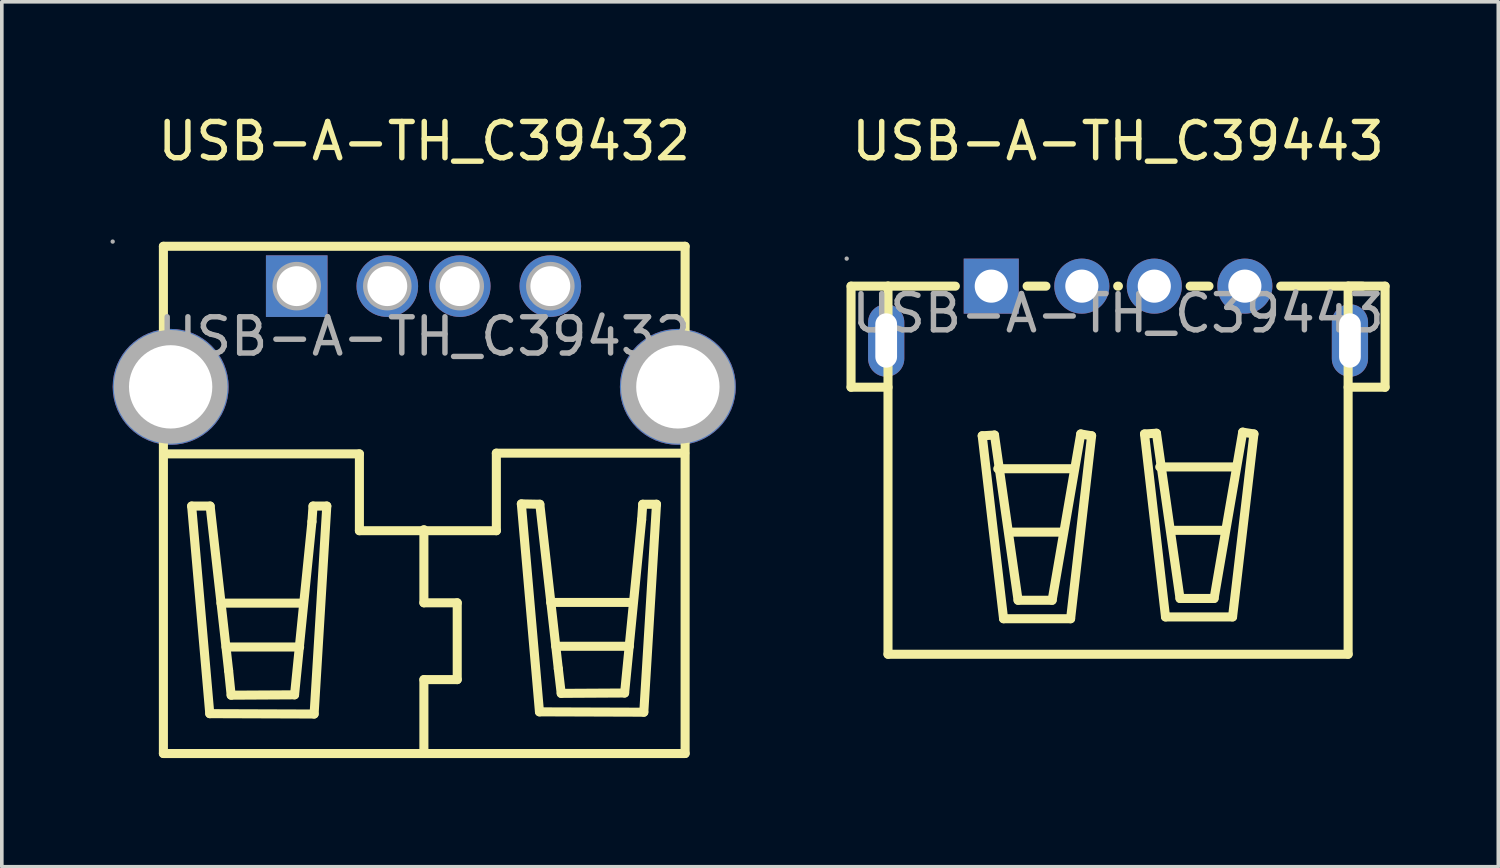
<source format=kicad_pcb>
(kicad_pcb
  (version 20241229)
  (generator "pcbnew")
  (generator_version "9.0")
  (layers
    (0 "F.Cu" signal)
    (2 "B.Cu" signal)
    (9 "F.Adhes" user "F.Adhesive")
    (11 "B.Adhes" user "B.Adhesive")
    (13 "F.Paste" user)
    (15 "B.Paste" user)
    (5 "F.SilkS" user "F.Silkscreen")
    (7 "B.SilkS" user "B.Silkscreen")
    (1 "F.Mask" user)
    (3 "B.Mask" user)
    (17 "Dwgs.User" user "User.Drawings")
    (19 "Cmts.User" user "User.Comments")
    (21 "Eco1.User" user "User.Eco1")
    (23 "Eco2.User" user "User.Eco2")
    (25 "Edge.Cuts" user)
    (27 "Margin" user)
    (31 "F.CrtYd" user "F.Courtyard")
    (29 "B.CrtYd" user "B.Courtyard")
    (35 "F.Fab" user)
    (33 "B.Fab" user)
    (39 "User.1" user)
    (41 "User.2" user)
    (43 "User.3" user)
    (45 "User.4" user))
  (footprint "USB-A-TH_C39443"
    (layer "F.Cu")
    (at 27.81 5.598)
    (property "Reference" "USB-A-TH_C39443" (at 0 -4.75 0) (layer "F.SilkS") (effects (font (size 1 1) (thickness 0.15))))
    (attr through_hole)
    (fp_line (start -7.37 -0.75) (end -7.37 2.04) (stroke (width 0.25) (type solid)) (layer "F.SilkS"))
    (fp_line (start -7.37 -0.75) (end -6.35 -0.75) (stroke (width 0.25) (type solid)) (layer "F.SilkS"))
    (fp_line (start -7.37 2.04) (end -6.35 2.04) (stroke (width 0.25) (type solid)) (layer "F.SilkS"))
    (fp_line (start -6.35 -0.75) (end -6.35 9.41) (stroke (width 0.25) (type solid)) (layer "F.SilkS"))
    (fp_line (start -6.35 -0.75) (end -4.49 -0.75) (stroke (width 0.25) (type solid)) (layer "F.SilkS"))
    (fp_line (start -6.35 9.41) (end 6.35 9.41) (stroke (width 0.25) (type solid)) (layer "F.SilkS"))
    (fp_line (start -3.75 3.38) (end -3.16 8.43) (stroke (width 0.25) (type solid)) (layer "F.SilkS"))
    (fp_line (start -3.41 3.36) (end -3.75 3.38) (stroke (width 0.25) (type solid)) (layer "F.SilkS"))
    (fp_line (start -3.32 4.29) (end -1.23 4.29) (stroke (width 0.25) (type solid)) (layer "F.SilkS"))
    (fp_line (start -3.16 8.43) (end -1.31 8.43) (stroke (width 0.25) (type solid)) (layer "F.SilkS"))
    (fp_line (start -2.99 6.04) (end -1.54 6.04) (stroke (width 0.25) (type solid)) (layer "F.SilkS"))
    (fp_line (start -2.76 7.92) (end -3.41 3.36) (stroke (width 0.25) (type solid)) (layer "F.SilkS"))
    (fp_line (start -2.51 -0.75) (end -1.99 -0.75) (stroke (width 0.25) (type solid)) (layer "F.SilkS"))
    (fp_line (start -1.82 7.92) (end -2.76 7.92) (stroke (width 0.25) (type solid)) (layer "F.SilkS"))
    (fp_line (start -1.31 8.43) (end -0.73 3.38) (stroke (width 0.25) (type solid)) (layer "F.SilkS"))
    (fp_line (start -1.03 3.33) (end -1.82 7.92) (stroke (width 0.25) (type solid)) (layer "F.SilkS"))
    (fp_line (start -0.73 3.38) (end -1.03 3.33) (stroke (width 0.25) (type solid)) (layer "F.SilkS"))
    (fp_line (start -0.01 -0.75) (end 0.01 -0.75) (stroke (width 0.25) (type solid)) (layer "F.SilkS"))
    (fp_line (start 0.73 3.33) (end 1.06 3.31) (stroke (width 0.25) (type solid)) (layer "F.SilkS"))
    (fp_line (start 1.06 3.31) (end 1.71 7.87) (stroke (width 0.25) (type solid)) (layer "F.SilkS"))
    (fp_line (start 1.15 4.24) (end 3.24 4.24) (stroke (width 0.25) (type solid)) (layer "F.SilkS"))
    (fp_line (start 1.31 8.38) (end 0.73 3.33) (stroke (width 0.25) (type solid)) (layer "F.SilkS"))
    (fp_line (start 1.48 5.99) (end 2.93 5.99) (stroke (width 0.25) (type solid)) (layer "F.SilkS"))
    (fp_line (start 1.71 7.87) (end 2.65 7.87) (stroke (width 0.25) (type solid)) (layer "F.SilkS"))
    (fp_line (start 1.99 -0.75) (end 2.51 -0.75) (stroke (width 0.25) (type solid)) (layer "F.SilkS"))
    (fp_line (start 2.65 7.87) (end 3.44 3.28) (stroke (width 0.25) (type solid)) (layer "F.SilkS"))
    (fp_line (start 3.16 8.38) (end 1.31 8.38) (stroke (width 0.25) (type solid)) (layer "F.SilkS"))
    (fp_line (start 3.44 3.28) (end 3.75 3.33) (stroke (width 0.25) (type solid)) (layer "F.SilkS"))
    (fp_line (start 3.75 3.33) (end 3.16 8.38) (stroke (width 0.25) (type solid)) (layer "F.SilkS"))
    (fp_line (start 4.49 -0.75) (end 6.75 -0.75) (stroke (width 0.25) (type solid)) (layer "F.SilkS"))
    (fp_line (start 6.35 -0.75) (end 7.37 -0.75) (stroke (width 0.25) (type solid)) (layer "F.SilkS"))
    (fp_line (start 6.35 9.41) (end 6.35 -0.75) (stroke (width 0.25) (type solid)) (layer "F.SilkS"))
    (fp_line (start 7.37 -0.75) (end 7.37 2.04) (stroke (width 0.25) (type solid)) (layer "F.SilkS"))
    (fp_line (start 7.37 2.04) (end 6.35 2.04) (stroke (width 0.25) (type solid)) (layer "F.SilkS"))
    (fp_circle (center -7.49 -1.51) (end -7.46 -1.51) (stroke (width 0.06) (type solid)) (fill no) (layer "F.Fab"))
    (fp_circle (center -3.5 -0.75) (end -3.32 -0.75) (stroke (width 0.36) (type solid)) (fill no) (layer "F.Fab"))
    (fp_circle (center -1 -0.75) (end -0.82 -0.75) (stroke (width 0.36) (type solid)) (fill no) (layer "F.Fab"))
    (fp_circle (center 1 -0.75) (end 1.18 -0.75) (stroke (width 0.36) (type solid)) (fill no) (layer "F.Fab"))
    (fp_circle (center 3.5 -0.75) (end 3.68 -0.75) (stroke (width 0.36) (type solid)) (fill no) (layer "F.Fab"))
    (fp_text user "${REFERENCE}" (at 0 0 0) (layer "F.Fab") (effects (font (size 1 1) (thickness 0.15))))
    (pad "1" thru_hole rect (at -3.5 -0.75) (size 1.52 1.52) (drill 0.914) (layers "*.Cu" "*.Paste" "*.Mask"))
    (pad "2" thru_hole circle (at -1 -0.75) (size 1.52 1.52) (drill 0.914) (layers "*.Cu" "*.Paste" "*.Mask"))
    (pad "3" thru_hole circle (at 1 -0.75) (size 1.52 1.52) (drill 0.914) (layers "*.Cu" "*.Paste" "*.Mask"))
    (pad "4" thru_hole circle (at 3.5 -0.75) (size 1.52 1.52) (drill 0.914) (layers "*.Cu" "*.Paste" "*.Mask"))
    (pad "5" thru_hole oval (at 6.4 0.75) (size 1 2) (drill oval 0.6 1.5) (layers "*.Cu" "*.Paste" "*.Mask"))
    (pad "6" thru_hole oval (at -6.4 0.75) (size 1 2) (drill oval 0.6 1.5) (layers "*.Cu" "*.Paste" "*.Mask")))
  (footprint "USB-A-TH_C39432"
    (layer "F.Cu")
    (at 8.66 6.238)
    (property "Reference" "USB-A-TH_C39432" (at 0 -5.39 0) (layer "F.SilkS") (effects (font (size 1 1) (thickness 0.15))))
    (attr through_hole)
    (fp_line (start -7.2 -2.49) (end 7.2 -2.49) (stroke (width 0.25) (type solid)) (layer "F.SilkS"))
    (fp_line (start -7.2 11.51) (end -7.2 -2.49) (stroke (width 0.25) (type solid)) (layer "F.SilkS"))
    (fp_line (start -7.2 11.51) (end 7.2 11.51) (stroke (width 0.25) (type solid)) (layer "F.SilkS"))
    (fp_line (start -6.42 4.68) (end -5.91 4.68) (stroke (width 0.25) (type solid)) (layer "F.SilkS"))
    (fp_line (start -5.92 10.41) (end -6.42 4.68) (stroke (width 0.25) (type solid)) (layer "F.SilkS"))
    (fp_line (start -5.91 4.68) (end -5.4 9.22) (stroke (width 0.25) (type solid)) (layer "F.SilkS"))
    (fp_line (start -5.61 7.36) (end -3.35 7.36) (stroke (width 0.25) (type solid)) (layer "F.SilkS"))
    (fp_line (start -5.47 8.57) (end -3.44 8.57) (stroke (width 0.25) (type solid)) (layer "F.SilkS"))
    (fp_line (start -5.4 9.22) (end -5.33 9.9) (stroke (width 0.25) (type solid)) (layer "F.SilkS"))
    (fp_line (start -5.33 9.9) (end -3.58 9.89) (stroke (width 0.25) (type solid)) (layer "F.SilkS"))
    (fp_line (start -3.58 9.89) (end -3.1 5.11) (stroke (width 0.25) (type solid)) (layer "F.SilkS"))
    (fp_line (start -3.1 5.11) (end -3.07 4.68) (stroke (width 0.25) (type solid)) (layer "F.SilkS"))
    (fp_line (start -3.07 4.68) (end -2.69 4.68) (stroke (width 0.25) (type solid)) (layer "F.SilkS"))
    (fp_line (start -3.04 10.42) (end -5.92 10.41) (stroke (width 0.25) (type solid)) (layer "F.SilkS"))
    (fp_line (start -2.69 4.68) (end -3.04 10.42) (stroke (width 0.25) (type solid)) (layer "F.SilkS"))
    (fp_line (start -1.79 3.24) (end -7.19 3.24) (stroke (width 0.25) (type solid)) (layer "F.SilkS"))
    (fp_line (start -1.79 5.36) (end -1.79 3.24) (stroke (width 0.25) (type solid)) (layer "F.SilkS"))
    (fp_line (start -0.01 5.33) (end -0.01 7.35) (stroke (width 0.25) (type solid)) (layer "F.SilkS"))
    (fp_line (start -0.01 7.35) (end 0.91 7.35) (stroke (width 0.25) (type solid)) (layer "F.SilkS"))
    (fp_line (start -0.01 9.47) (end -0.01 11.5) (stroke (width 0.25) (type solid)) (layer "F.SilkS"))
    (fp_line (start 0.91 7.35) (end 0.91 9.47) (stroke (width 0.25) (type solid)) (layer "F.SilkS"))
    (fp_line (start 0.91 9.47) (end -0.01 9.47) (stroke (width 0.25) (type solid)) (layer "F.SilkS"))
    (fp_line (start 1.99 3.22) (end 1.99 5.36) (stroke (width 0.25) (type solid)) (layer "F.SilkS"))
    (fp_line (start 1.99 5.36) (end -1.79 5.36) (stroke (width 0.25) (type solid)) (layer "F.SilkS"))
    (fp_line (start 2.68 4.62) (end 3.19 4.63) (stroke (width 0.25) (type solid)) (layer "F.SilkS"))
    (fp_line (start 3.18 10.36) (end 2.68 4.62) (stroke (width 0.25) (type solid)) (layer "F.SilkS"))
    (fp_line (start 3.19 4.63) (end 3.7 9.17) (stroke (width 0.25) (type solid)) (layer "F.SilkS"))
    (fp_line (start 3.49 7.34) (end 5.75 7.34) (stroke (width 0.25) (type solid)) (layer "F.SilkS"))
    (fp_line (start 3.63 8.55) (end 5.66 8.55) (stroke (width 0.25) (type solid)) (layer "F.SilkS"))
    (fp_line (start 3.7 9.17) (end 3.78 9.85) (stroke (width 0.25) (type solid)) (layer "F.SilkS"))
    (fp_line (start 3.78 9.85) (end 5.53 9.84) (stroke (width 0.25) (type solid)) (layer "F.SilkS"))
    (fp_line (start 5.53 9.84) (end 6 5.06) (stroke (width 0.25) (type solid)) (layer "F.SilkS"))
    (fp_line (start 6 5.06) (end 6.03 4.63) (stroke (width 0.25) (type solid)) (layer "F.SilkS"))
    (fp_line (start 6.03 4.63) (end 6.41 4.63) (stroke (width 0.25) (type solid)) (layer "F.SilkS"))
    (fp_line (start 6.06 10.37) (end 3.18 10.36) (stroke (width 0.25) (type solid)) (layer "F.SilkS"))
    (fp_line (start 6.41 4.63) (end 6.06 10.37) (stroke (width 0.25) (type solid)) (layer "F.SilkS"))
    (fp_line (start 7.19 3.22) (end 1.99 3.22) (stroke (width 0.25) (type solid)) (layer "F.SilkS"))
    (fp_line (start 7.2 11.51) (end 7.2 -2.49) (stroke (width 0.25) (type solid)) (layer "F.SilkS"))
    (fp_circle (center -8.6 -2.62) (end -8.57 -2.62) (stroke (width 0.06) (type solid)) (fill no) (layer "F.Fab"))
    (fp_circle (center -7 1.39) (end -6.48 1.39) (stroke (width 1.05) (type solid)) (fill no) (layer "F.Fab"))
    (fp_circle (center -3.52 -1.39) (end -3.3 -1.39) (stroke (width 0.45) (type solid)) (fill no) (layer "F.Fab"))
    (fp_circle (center -1.02 -1.39) (end -0.8 -1.39) (stroke (width 0.45) (type solid)) (fill no) (layer "F.Fab"))
    (fp_circle (center 0.98 -1.39) (end 1.2 -1.39) (stroke (width 0.45) (type solid)) (fill no) (layer "F.Fab"))
    (fp_circle (center 3.48 -1.39) (end 3.7 -1.39) (stroke (width 0.45) (type solid)) (fill no) (layer "F.Fab"))
    (fp_circle (center 7 1.39) (end 7.52 1.39) (stroke (width 1.05) (type solid)) (fill no) (layer "F.Fab"))
    (fp_text user "${REFERENCE}" (at 0 0 0) (layer "F.Fab") (effects (font (size 1 1) (thickness 0.15))))
    (pad "0" thru_hole circle (at -7 1.39 90) (size 3.2 3.2) (drill 2.3) (layers "*.Cu" "*.Paste" "*.Mask"))
    (pad "0" thru_hole circle (at 7 1.39 90) (size 3.2 3.2) (drill 2.3) (layers "*.Cu" "*.Paste" "*.Mask"))
    (pad "1" thru_hole rect (at -3.52 -1.39 270) (size 1.7 1.7) (drill 1.1) (layers "*.Cu" "*.Paste" "*.Mask"))
    (pad "2" thru_hole circle (at -1.02 -1.39 270) (size 1.7 1.7) (drill 1.1) (layers "*.Cu" "*.Paste" "*.Mask"))
    (pad "3" thru_hole circle (at 0.98 -1.39 270) (size 1.7 1.7) (drill 1.1) (layers "*.Cu" "*.Paste" "*.Mask"))
    (pad "4" thru_hole circle (at 3.48 -1.39 270) (size 1.7 1.7) (drill 1.1) (layers "*.Cu" "*.Paste" "*.Mask")))
  (gr_rect
    (start -3 -3)
    (end 38.305 20.873)
    (stroke (width 0.1) (type default))
    (fill no)
    (layer "Edge.Cuts")))
</source>
